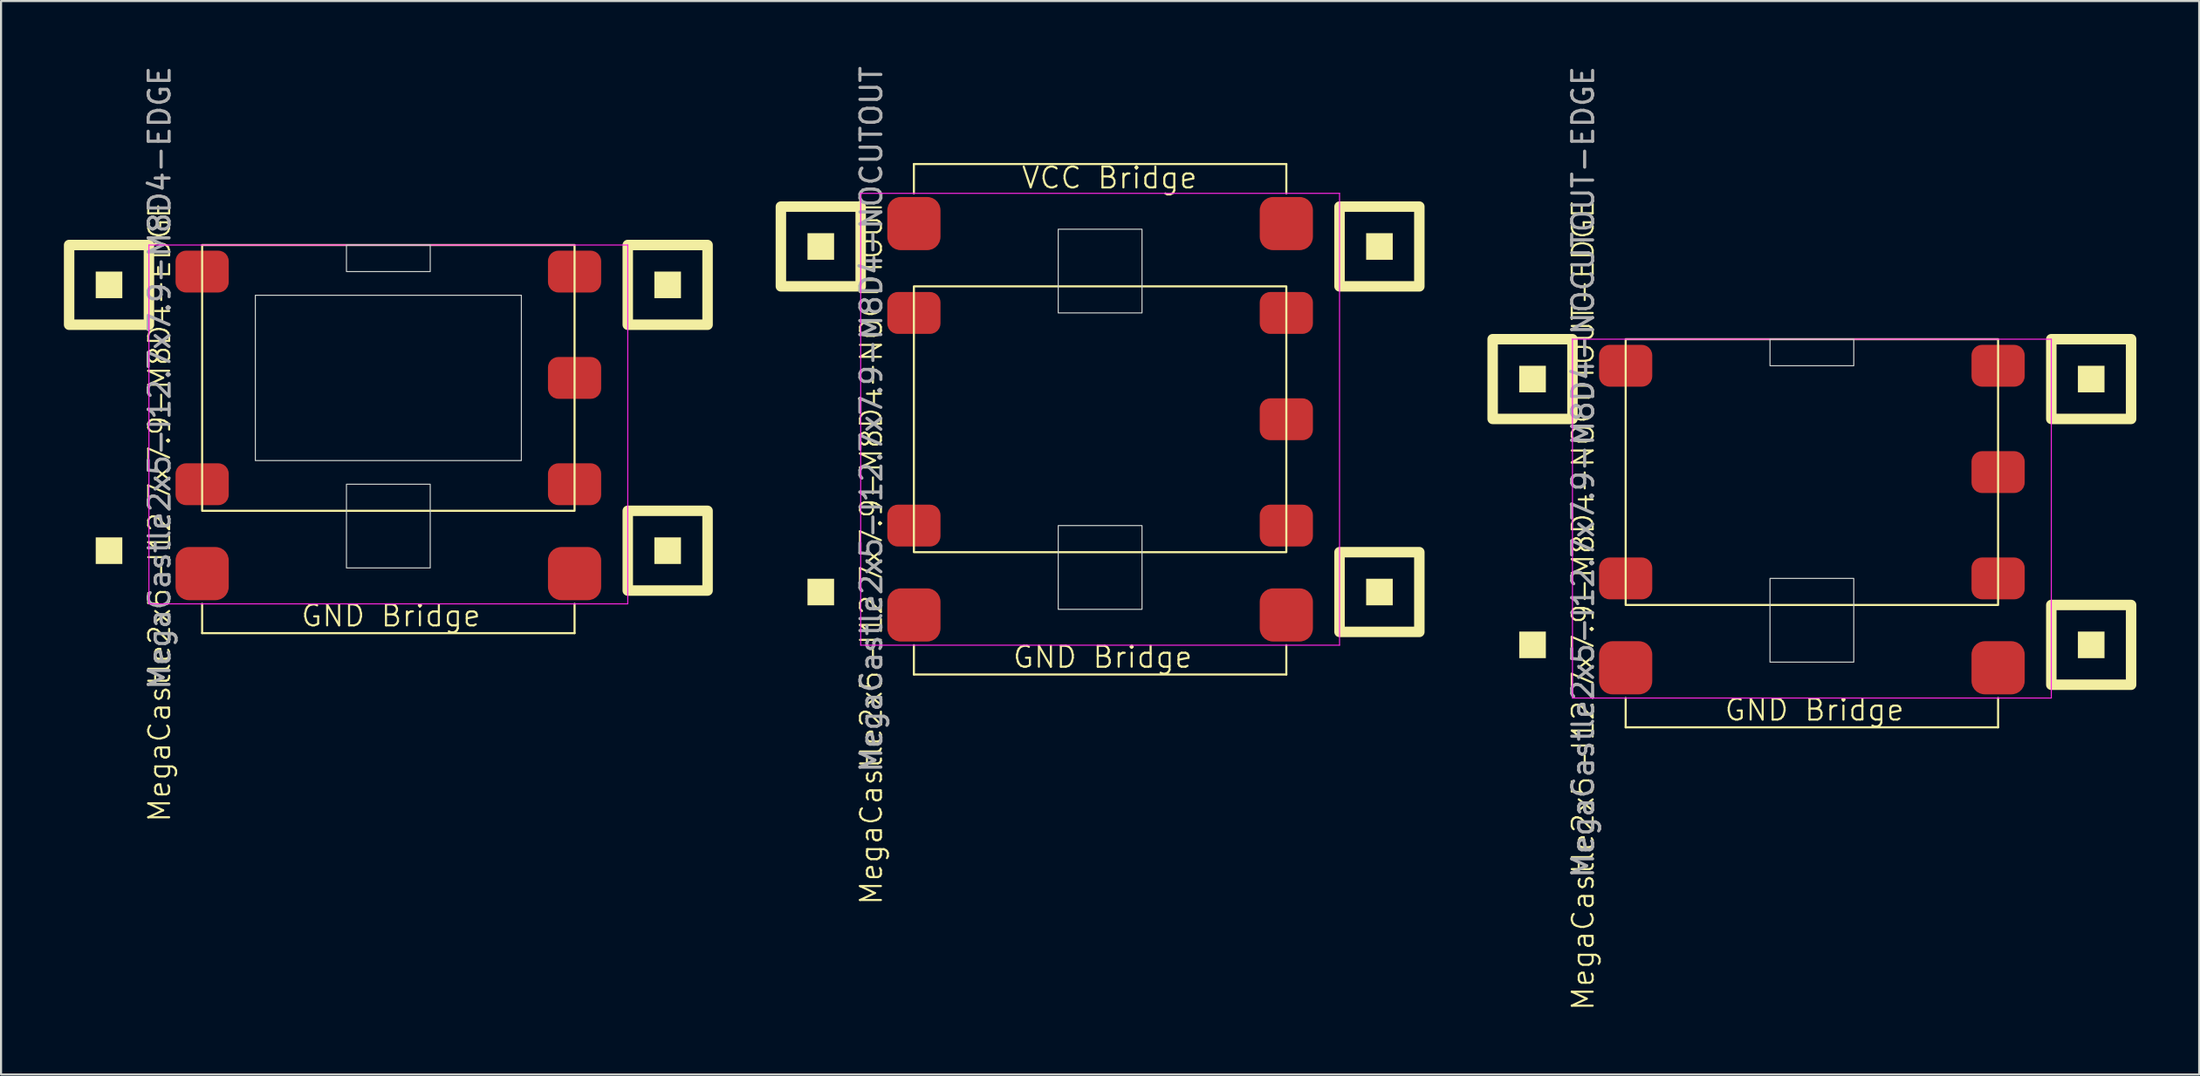
<source format=kicad_pcb>
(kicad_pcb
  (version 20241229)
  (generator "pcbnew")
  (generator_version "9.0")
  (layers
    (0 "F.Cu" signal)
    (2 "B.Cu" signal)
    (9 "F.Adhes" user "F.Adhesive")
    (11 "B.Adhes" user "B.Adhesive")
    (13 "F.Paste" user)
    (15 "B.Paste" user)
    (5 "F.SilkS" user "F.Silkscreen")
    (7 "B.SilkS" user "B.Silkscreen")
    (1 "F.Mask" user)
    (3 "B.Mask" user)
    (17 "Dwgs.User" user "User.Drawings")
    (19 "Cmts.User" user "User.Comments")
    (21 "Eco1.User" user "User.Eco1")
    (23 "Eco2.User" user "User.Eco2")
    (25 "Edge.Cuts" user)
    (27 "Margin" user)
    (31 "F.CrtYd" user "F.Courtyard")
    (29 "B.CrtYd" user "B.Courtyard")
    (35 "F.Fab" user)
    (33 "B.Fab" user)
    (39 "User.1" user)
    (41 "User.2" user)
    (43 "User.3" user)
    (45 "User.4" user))
  (footprint "MegaCastle2x5-I12.7x7.9-M8D4-NOCUTOUT-EDGE"
    (layer "F.Cu")
    (at 83.45 19.506)
    (property "Reference" "MegaCastle2x5-I12.7x7.9-M8D4-NOCUTOUT-EDGE" (at -10.922 6.35 90) (unlocked yes) (layer "F.SilkS") (effects (font (size 1 1) (thickness 0.1))))
    (attr smd)
    (fp_line (start -8.89 10.795) (end -8.89 12.195) (stroke (width 0.1) (type default)) (layer "F.SilkS"))
    (fp_line (start -8.89 12.195) (end 8.89 12.195) (stroke (width 0.1) (type default)) (layer "F.SilkS"))
    (fp_line (start 8.89 10.795) (end 8.89 12.195) (stroke (width 0.1) (type default)) (layer "F.SilkS"))
    (fp_rect (start -12.7 -3.81) (end -13.97 -5.08) (stroke (width 0) (type solid)) (fill yes) (layer "F.SilkS"))
    (fp_rect (start -12.7 8.89) (end -13.97 7.62) (stroke (width 0) (type solid)) (fill yes) (layer "F.SilkS"))
    (fp_rect (start -11.43 -2.54) (end -15.24 -6.35) (stroke (width 0.5) (type default)) (fill no) (layer "F.SilkS"))
    (fp_rect (start -8.89 -6.35) (end 8.89 6.35) (stroke (width 0.1) (type default)) (fill no) (layer "F.SilkS"))
    (fp_rect (start 13.97 -3.81) (end 12.7 -5.08) (stroke (width 0) (type solid)) (fill yes) (layer "F.SilkS"))
    (fp_rect (start 13.97 8.89) (end 12.7 7.62) (stroke (width 0) (type solid)) (fill yes) (layer "F.SilkS"))
    (fp_rect (start 15.24 -2.54) (end 11.43 -6.35) (stroke (width 0.5) (type default)) (fill no) (layer "F.SilkS"))
    (fp_rect (start 15.24 10.16) (end 11.43 6.35) (stroke (width 0.5) (type default)) (fill no) (layer "F.SilkS"))
    (fp_rect (start -2 -5.08) (end 2 -6.35) (stroke (width 0.05) (type default)) (fill no) (layer "Edge.Cuts"))
    (fp_rect (start -2 5.08) (end 2 9.08) (stroke (width 0.05) (type default)) (fill no) (layer "Edge.Cuts"))
    (fp_line (start -11.43 -6.35) (end -11.43 10.795) (stroke (width 0.05) (type default)) (layer "F.CrtYd"))
    (fp_line (start -11.43 10.795) (end 11.43 10.795) (stroke (width 0.05) (type default)) (layer "F.CrtYd"))
    (fp_line (start 11.43 -6.35) (end -11.43 -6.35) (stroke (width 0.05) (type default)) (layer "F.CrtYd"))
    (fp_line (start 11.43 -6.35) (end 11.43 10.795) (stroke (width 0.05) (type default)) (layer "F.CrtYd"))
    (fp_text user "GND Bridge" (at -4.226 11.95 0) (unlocked yes) (layer "F.SilkS") (effects (font (size 1 1) (thickness 0.1)) (justify left bottom)))
    (fp_text user "${REFERENCE}" (at -10.922 0 90) (unlocked yes) (layer "F.Fab") (effects (font (size 1 1) (thickness 0.15))))
    (pad "1" smd roundrect (at -8.89 -5.08) (size 2.54 2) (layers "F.Cu" "F.Mask" "F.Paste") (roundrect_rratio 0.25))
    (pad "5" smd roundrect (at -8.89 5.08) (size 2.54 2) (layers "F.Cu" "F.Mask" "F.Paste") (roundrect_rratio 0.25))
    (pad "6" smd roundrect (at 8.89 -5.08) (size 2.54 2) (layers "F.Cu" "F.Mask" "F.Paste") (roundrect_rratio 0.25))
    (pad "8" smd roundrect (at 8.89 0) (size 2.54 2) (layers "F.Cu" "F.Mask" "F.Paste") (roundrect_rratio 0.25))
    (pad "10" smd roundrect (at 8.89 5.08) (size 2.54 2) (layers "F.Cu" "F.Mask" "F.Paste") (roundrect_rratio 0.25))
    (pad "B1" smd roundrect (at -8.89 9.35) (size 2.54 2.54) (layers "F.Cu" "F.Mask" "F.Paste") (roundrect_rratio 0.25))
    (pad "B2" smd roundrect (at 8.89 9.35) (size 2.54 2.54) (layers "F.Cu" "F.Mask" "F.Paste") (roundrect_rratio 0.25)))
  (footprint "MegaCastle2x5-I12.7x7.9-M8D4-EDGE"
    (layer "F.Cu")
    (at 15.49 15.006)
    (property "Reference" "MegaCastle2x5-I12.7x7.9-M8D4-EDGE" (at -10.922 6.35 90) (unlocked yes) (layer "F.SilkS") (effects (font (size 1 1) (thickness 0.1))))
    (attr smd)
    (fp_line (start -8.89 10.795) (end -8.89 12.195) (stroke (width 0.1) (type default)) (layer "F.SilkS"))
    (fp_line (start -8.89 12.195) (end 8.89 12.195) (stroke (width 0.1) (type default)) (layer "F.SilkS"))
    (fp_line (start 8.89 10.795) (end 8.89 12.195) (stroke (width 0.1) (type default)) (layer "F.SilkS"))
    (fp_rect (start -12.7 -3.81) (end -13.97 -5.08) (stroke (width 0) (type solid)) (fill yes) (layer "F.SilkS"))
    (fp_rect (start -12.7 8.89) (end -13.97 7.62) (stroke (width 0) (type solid)) (fill yes) (layer "F.SilkS"))
    (fp_rect (start -11.43 -2.54) (end -15.24 -6.35) (stroke (width 0.5) (type default)) (fill no) (layer "F.SilkS"))
    (fp_rect (start -8.89 -6.35) (end 8.89 6.35) (stroke (width 0.1) (type default)) (fill no) (layer "F.SilkS"))
    (fp_rect (start 13.97 -3.81) (end 12.7 -5.08) (stroke (width 0) (type solid)) (fill yes) (layer "F.SilkS"))
    (fp_rect (start 13.97 8.89) (end 12.7 7.62) (stroke (width 0) (type solid)) (fill yes) (layer "F.SilkS"))
    (fp_rect (start 15.24 -2.54) (end 11.43 -6.35) (stroke (width 0.5) (type default)) (fill no) (layer "F.SilkS"))
    (fp_rect (start 15.24 10.16) (end 11.43 6.35) (stroke (width 0.5) (type default)) (fill no) (layer "F.SilkS"))
    (fp_rect (start -6.35 -3.95) (end 6.35 3.95) (stroke (width 0.05) (type default)) (fill no) (layer "Edge.Cuts"))
    (fp_rect (start -2 -5.08) (end 2 -6.35) (stroke (width 0.05) (type default)) (fill no) (layer "Edge.Cuts"))
    (fp_rect (start -2 5.08) (end 2 9.08) (stroke (width 0.05) (type default)) (fill no) (layer "Edge.Cuts"))
    (fp_line (start -11.43 -6.35) (end -11.43 10.795) (stroke (width 0.05) (type default)) (layer "F.CrtYd"))
    (fp_line (start -11.43 10.795) (end 11.43 10.795) (stroke (width 0.05) (type default)) (layer "F.CrtYd"))
    (fp_line (start 11.43 -6.35) (end -11.43 -6.35) (stroke (width 0.05) (type default)) (layer "F.CrtYd"))
    (fp_line (start 11.43 -6.35) (end 11.43 10.795) (stroke (width 0.05) (type default)) (layer "F.CrtYd"))
    (fp_text user "GND Bridge" (at -4.226 11.95 0) (unlocked yes) (layer "F.SilkS") (effects (font (size 1 1) (thickness 0.1)) (justify left bottom)))
    (fp_text user "${REFERENCE}" (at -10.922 0 90) (unlocked yes) (layer "F.Fab") (effects (font (size 1 1) (thickness 0.15))))
    (pad "1" smd roundrect (at -8.89 -5.08) (size 2.54 2) (layers "F.Cu" "F.Mask" "F.Paste") (roundrect_rratio 0.25))
    (pad "5" smd roundrect (at -8.89 5.08) (size 2.54 2) (layers "F.Cu" "F.Mask" "F.Paste") (roundrect_rratio 0.25))
    (pad "6" smd roundrect (at 8.89 -5.08) (size 2.54 2) (layers "F.Cu" "F.Mask" "F.Paste") (roundrect_rratio 0.25))
    (pad "8" smd roundrect (at 8.89 0) (size 2.54 2) (layers "F.Cu" "F.Mask" "F.Paste") (roundrect_rratio 0.25))
    (pad "10" smd roundrect (at 8.89 5.08) (size 2.54 2) (layers "F.Cu" "F.Mask" "F.Paste") (roundrect_rratio 0.25))
    (pad "B1" smd roundrect (at -8.89 9.35) (size 2.54 2.54) (layers "F.Cu" "F.Mask" "F.Paste") (roundrect_rratio 0.25))
    (pad "B2" smd roundrect (at 8.89 9.35) (size 2.54 2.54) (layers "F.Cu" "F.Mask" "F.Paste") (roundrect_rratio 0.25)))
  (footprint "MegaCastle2x5-I12.7x7.9-M8D4-NOCUTOUT"
    (layer "F.Cu")
    (at 49.47 16.982)
    (property "Reference" "MegaCastle2x5-I12.7x7.9-M8D4-NOCUTOUT" (at -10.922 6.35 90) (unlocked yes) (layer "F.SilkS") (effects (font (size 1 1) (thickness 0.1))))
    (attr smd)
    (fp_line (start -8.89 -12.195) (end 8.89 -12.195) (stroke (width 0.1) (type default)) (layer "F.SilkS"))
    (fp_line (start -8.89 -10.795) (end -8.89 -12.195) (stroke (width 0.1) (type default)) (layer "F.SilkS"))
    (fp_line (start -8.89 10.795) (end -8.89 12.195) (stroke (width 0.1) (type default)) (layer "F.SilkS"))
    (fp_line (start -8.89 12.195) (end 8.89 12.195) (stroke (width 0.1) (type default)) (layer "F.SilkS"))
    (fp_line (start 8.89 -10.795) (end 8.89 -12.195) (stroke (width 0.1) (type default)) (layer "F.SilkS"))
    (fp_line (start 8.89 10.795) (end 8.89 12.195) (stroke (width 0.1) (type default)) (layer "F.SilkS"))
    (fp_rect (start -12.7 -7.62) (end -13.97 -8.89) (stroke (width 0) (type solid)) (fill yes) (layer "F.SilkS"))
    (fp_rect (start -12.7 8.89) (end -13.97 7.62) (stroke (width 0) (type solid)) (fill yes) (layer "F.SilkS"))
    (fp_rect (start -11.43 -6.35) (end -15.24 -10.16) (stroke (width 0.5) (type default)) (fill no) (layer "F.SilkS"))
    (fp_rect (start -8.89 -6.35) (end 8.89 6.35) (stroke (width 0.1) (type default)) (fill no) (layer "F.SilkS"))
    (fp_rect (start 13.97 -7.62) (end 12.7 -8.89) (stroke (width 0) (type solid)) (fill yes) (layer "F.SilkS"))
    (fp_rect (start 13.97 8.89) (end 12.7 7.62) (stroke (width 0) (type solid)) (fill yes) (layer "F.SilkS"))
    (fp_rect (start 15.24 -6.35) (end 11.43 -10.16) (stroke (width 0.5) (type default)) (fill no) (layer "F.SilkS"))
    (fp_rect (start 15.24 10.16) (end 11.43 6.35) (stroke (width 0.5) (type default)) (fill no) (layer "F.SilkS"))
    (fp_rect (start -2 -5.08) (end 2 -9.08) (stroke (width 0.05) (type default)) (fill no) (layer "Edge.Cuts"))
    (fp_rect (start -2 5.08) (end 2 9.08) (stroke (width 0.05) (type default)) (fill no) (layer "Edge.Cuts"))
    (fp_line (start -11.43 -10.795) (end -11.43 10.795) (stroke (width 0.05) (type default)) (layer "F.CrtYd"))
    (fp_line (start -11.43 10.795) (end 11.43 10.795) (stroke (width 0.05) (type default)) (layer "F.CrtYd"))
    (fp_line (start 11.43 -10.795) (end -11.43 -10.795) (stroke (width 0.05) (type default)) (layer "F.CrtYd"))
    (fp_line (start 11.43 -10.795) (end 11.43 10.795) (stroke (width 0.05) (type default)) (layer "F.CrtYd"))
    (fp_text user "VCC Bridge" (at -3.81 -10.95 0) (unlocked yes) (layer "F.SilkS") (effects (font (size 1 1) (thickness 0.1)) (justify left bottom)))
    (fp_text user "GND Bridge" (at -4.226 11.95 0) (unlocked yes) (layer "F.SilkS") (effects (font (size 1 1) (thickness 0.1)) (justify left bottom)))
    (fp_text user "${REFERENCE}" (at -10.922 0 90) (unlocked yes) (layer "F.Fab") (effects (font (size 1 1) (thickness 0.15))))
    (pad "1" smd roundrect (at -8.89 -5.08) (size 2.54 2) (layers "F.Cu" "F.Mask" "F.Paste") (roundrect_rratio 0.25))
    (pad "5" smd roundrect (at -8.89 5.08) (size 2.54 2) (layers "F.Cu" "F.Mask" "F.Paste") (roundrect_rratio 0.25))
    (pad "6" smd roundrect (at 8.89 -5.08) (size 2.54 2) (layers "F.Cu" "F.Mask" "F.Paste") (roundrect_rratio 0.25))
    (pad "8" smd roundrect (at 8.89 0) (size 2.54 2) (layers "F.Cu" "F.Mask" "F.Paste") (roundrect_rratio 0.25))
    (pad "10" smd roundrect (at 8.89 5.08) (size 2.54 2) (layers "F.Cu" "F.Mask" "F.Paste") (roundrect_rratio 0.25))
    (pad "A1" smd roundrect (at -8.89 -9.35) (size 2.54 2.54) (layers "F.Cu" "F.Mask" "F.Paste") (roundrect_rratio 0.25))
    (pad "A2" smd roundrect (at 8.89 -9.35) (size 2.54 2.54) (layers "F.Cu" "F.Mask" "F.Paste") (roundrect_rratio 0.25))
    (pad "B1" smd roundrect (at -8.89 9.35) (size 2.54 2.54) (layers "F.Cu" "F.Mask" "F.Paste") (roundrect_rratio 0.25))
    (pad "B2" smd roundrect (at 8.89 9.35) (size 2.54 2.54) (layers "F.Cu" "F.Mask" "F.Paste") (roundrect_rratio 0.25)))
  (gr_rect
    (start -3 -3)
    (end 101.94 48.287)
    (stroke (width 0.1) (type default))
    (fill no)
    (layer "Edge.Cuts")))
</source>
